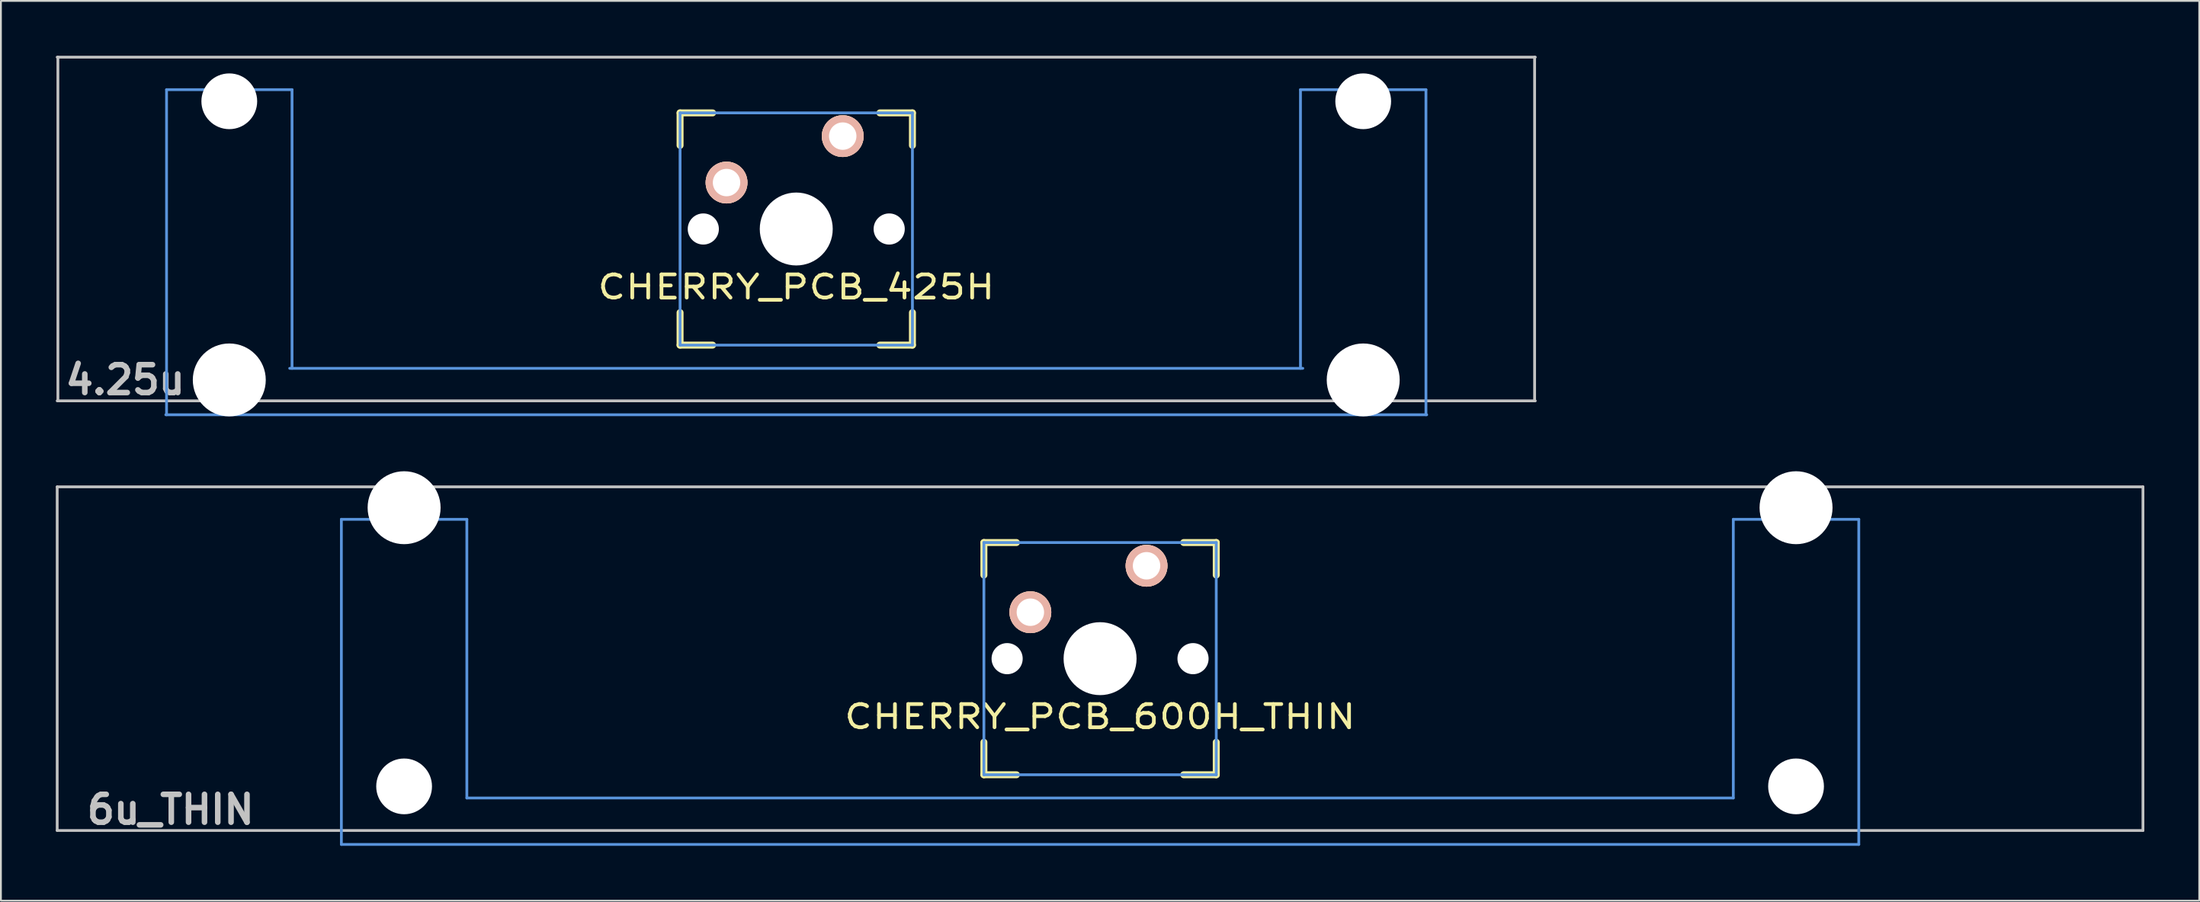
<source format=kicad_pcb>
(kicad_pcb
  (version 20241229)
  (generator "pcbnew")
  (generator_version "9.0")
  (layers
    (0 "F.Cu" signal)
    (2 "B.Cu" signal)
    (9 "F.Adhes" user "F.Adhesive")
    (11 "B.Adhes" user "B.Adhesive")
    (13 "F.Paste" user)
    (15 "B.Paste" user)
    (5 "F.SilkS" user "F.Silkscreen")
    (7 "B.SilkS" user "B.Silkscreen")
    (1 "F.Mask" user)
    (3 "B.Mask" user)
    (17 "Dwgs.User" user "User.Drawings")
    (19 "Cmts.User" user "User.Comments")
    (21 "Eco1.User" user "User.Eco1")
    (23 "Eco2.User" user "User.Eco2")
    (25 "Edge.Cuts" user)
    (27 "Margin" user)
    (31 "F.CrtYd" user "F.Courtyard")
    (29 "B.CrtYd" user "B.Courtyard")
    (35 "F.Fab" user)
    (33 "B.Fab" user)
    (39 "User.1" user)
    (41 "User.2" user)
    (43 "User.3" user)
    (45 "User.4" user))
  (footprint "CHERRY_PCB_600H_THIN"
    (layer "F.Cu")
    (at 57.076 32.972)
    (property "Reference" "CHERRY_PCB_600H_THIN" (at 0 3.175 0) (layer "F.SilkS") (effects (font (size 1.27 1.524) (thickness 0.203))))
    (attr through_hole)
    (fp_line (start -6.35 -6.35) (end -4.572 -6.35) (stroke (width 0.381) (type solid)) (layer "F.SilkS"))
    (fp_line (start -6.35 -4.572) (end -6.35 -6.35) (stroke (width 0.381) (type solid)) (layer "F.SilkS"))
    (fp_line (start -6.35 6.35) (end -6.35 4.572) (stroke (width 0.381) (type solid)) (layer "F.SilkS"))
    (fp_line (start -4.572 6.35) (end -6.35 6.35) (stroke (width 0.381) (type solid)) (layer "F.SilkS"))
    (fp_line (start 4.572 -6.35) (end 6.35 -6.35) (stroke (width 0.381) (type solid)) (layer "F.SilkS"))
    (fp_line (start 6.35 -6.35) (end 6.35 -4.572) (stroke (width 0.381) (type solid)) (layer "F.SilkS"))
    (fp_line (start 6.35 4.572) (end 6.35 6.35) (stroke (width 0.381) (type solid)) (layer "F.SilkS"))
    (fp_line (start 6.35 6.35) (end 4.572 6.35) (stroke (width 0.381) (type solid)) (layer "F.SilkS"))
    (fp_line (start -57 -9.398) (end 57 -9.398) (stroke (width 0.152) (type solid)) (layer "Dwgs.User"))
    (fp_line (start -57 9.398) (end -57 -9.398) (stroke (width 0.152) (type solid)) (layer "Dwgs.User"))
    (fp_line (start 57 -9.398) (end 57 9.398) (stroke (width 0.152) (type solid)) (layer "Dwgs.User"))
    (fp_line (start 57 9.398) (end -57 9.398) (stroke (width 0.152) (type solid)) (layer "Dwgs.User"))
    (fp_line (start -41.468 -7.62) (end -41.468 10.16) (stroke (width 0.152) (type solid)) (layer "Cmts.User"))
    (fp_line (start -41.468 10.16) (end 41.468 10.16) (stroke (width 0.152) (type solid)) (layer "Cmts.User"))
    (fp_line (start -34.61 -7.62) (end -41.468 -7.62) (stroke (width 0.152) (type solid)) (layer "Cmts.User"))
    (fp_line (start -34.61 7.62) (end -34.61 -7.62) (stroke (width 0.152) (type solid)) (layer "Cmts.User"))
    (fp_line (start -6.35 -6.35) (end 6.35 -6.35) (stroke (width 0.152) (type solid)) (layer "Cmts.User"))
    (fp_line (start -6.35 6.35) (end -6.35 -6.35) (stroke (width 0.152) (type solid)) (layer "Cmts.User"))
    (fp_line (start 6.35 -6.35) (end 6.35 6.35) (stroke (width 0.152) (type solid)) (layer "Cmts.User"))
    (fp_line (start 6.35 6.35) (end -6.35 6.35) (stroke (width 0.152) (type solid)) (layer "Cmts.User"))
    (fp_line (start 34.61 -7.62) (end 34.61 7.62) (stroke (width 0.152) (type solid)) (layer "Cmts.User"))
    (fp_line (start 34.61 7.62) (end -34.61 7.62) (stroke (width 0.152) (type solid)) (layer "Cmts.User"))
    (fp_line (start 41.468 -7.62) (end 34.61 -7.62) (stroke (width 0.152) (type solid)) (layer "Cmts.User"))
    (fp_line (start 41.468 10.16) (end 41.468 -7.62) (stroke (width 0.152) (type solid)) (layer "Cmts.User"))
    (fp_line (start -42.23 -2.286) (end -41.366 -2.286) (stroke (width 0.152) (type solid)) (layer "Eco2.User"))
    (fp_line (start -42.23 0.508) (end -42.23 -2.286) (stroke (width 0.152) (type solid)) (layer "Eco2.User"))
    (fp_line (start -41.366 -5.69) (end -34.712 -5.69) (stroke (width 0.152) (type solid)) (layer "Eco2.User"))
    (fp_line (start -41.366 -2.286) (end -41.366 -5.69) (stroke (width 0.152) (type solid)) (layer "Eco2.User"))
    (fp_line (start -41.366 0.508) (end -42.23 0.508) (stroke (width 0.152) (type solid)) (layer "Eco2.User"))
    (fp_line (start -41.366 6.604) (end -41.366 0.508) (stroke (width 0.152) (type solid)) (layer "Eco2.User"))
    (fp_line (start -40.325 6.604) (end -41.366 6.604) (stroke (width 0.152) (type solid)) (layer "Eco2.User"))
    (fp_line (start -40.325 7.772) (end -40.325 6.604) (stroke (width 0.152) (type solid)) (layer "Eco2.User"))
    (fp_line (start -35.753 6.604) (end -35.753 7.772) (stroke (width 0.152) (type solid)) (layer "Eco2.User"))
    (fp_line (start -35.753 7.772) (end -40.325 7.772) (stroke (width 0.152) (type solid)) (layer "Eco2.User"))
    (fp_line (start -34.712 -5.69) (end -34.712 -2.286) (stroke (width 0.152) (type solid)) (layer "Eco2.User"))
    (fp_line (start -34.712 -2.286) (end -6.985 -2.286) (stroke (width 0.152) (type solid)) (layer "Eco2.User"))
    (fp_line (start -34.712 2.286) (end -34.712 6.604) (stroke (width 0.152) (type solid)) (layer "Eco2.User"))
    (fp_line (start -34.712 6.604) (end -35.753 6.604) (stroke (width 0.152) (type solid)) (layer "Eco2.User"))
    (fp_line (start -6.985 -6.985) (end 6.985 -6.985) (stroke (width 0.152) (type solid)) (layer "Eco2.User"))
    (fp_line (start -6.985 -2.286) (end -6.985 -6.985) (stroke (width 0.152) (type solid)) (layer "Eco2.User"))
    (fp_line (start -6.985 2.286) (end -34.712 2.286) (stroke (width 0.152) (type solid)) (layer "Eco2.User"))
    (fp_line (start -6.985 6.985) (end -6.985 2.286) (stroke (width 0.152) (type solid)) (layer "Eco2.User"))
    (fp_line (start 6.985 -6.985) (end 6.985 -2.286) (stroke (width 0.152) (type solid)) (layer "Eco2.User"))
    (fp_line (start 6.985 -2.286) (end 34.712 -2.286) (stroke (width 0.152) (type solid)) (layer "Eco2.User"))
    (fp_line (start 6.985 2.286) (end 6.985 6.985) (stroke (width 0.152) (type solid)) (layer "Eco2.User"))
    (fp_line (start 6.985 6.985) (end -6.985 6.985) (stroke (width 0.152) (type solid)) (layer "Eco2.User"))
    (fp_line (start 34.712 -5.69) (end 41.366 -5.69) (stroke (width 0.152) (type solid)) (layer "Eco2.User"))
    (fp_line (start 34.712 -2.286) (end 34.712 -5.69) (stroke (width 0.152) (type solid)) (layer "Eco2.User"))
    (fp_line (start 34.712 2.286) (end 6.985 2.286) (stroke (width 0.152) (type solid)) (layer "Eco2.User"))
    (fp_line (start 34.712 6.604) (end 34.712 2.286) (stroke (width 0.152) (type solid)) (layer "Eco2.User"))
    (fp_line (start 35.753 6.604) (end 34.712 6.604) (stroke (width 0.152) (type solid)) (layer "Eco2.User"))
    (fp_line (start 35.753 7.772) (end 35.753 6.604) (stroke (width 0.152) (type solid)) (layer "Eco2.User"))
    (fp_line (start 40.325 6.604) (end 40.325 7.772) (stroke (width 0.152) (type solid)) (layer "Eco2.User"))
    (fp_line (start 40.325 7.772) (end 35.753 7.772) (stroke (width 0.152) (type solid)) (layer "Eco2.User"))
    (fp_line (start 41.366 -5.69) (end 41.366 -2.286) (stroke (width 0.152) (type solid)) (layer "Eco2.User"))
    (fp_line (start 41.366 -2.286) (end 42.23 -2.286) (stroke (width 0.152) (type solid)) (layer "Eco2.User"))
    (fp_line (start 41.366 0.508) (end 41.366 6.604) (stroke (width 0.152) (type solid)) (layer "Eco2.User"))
    (fp_line (start 41.366 6.604) (end 40.325 6.604) (stroke (width 0.152) (type solid)) (layer "Eco2.User"))
    (fp_line (start 42.23 -2.286) (end 42.23 0.508) (stroke (width 0.152) (type solid)) (layer "Eco2.User"))
    (fp_line (start 42.23 0.508) (end 41.366 0.508) (stroke (width 0.152) (type solid)) (layer "Eco2.User"))
    (fp_text user "6u_THIN" (at -50.8 8.255 0) (layer "Dwgs.User") (effects (font (size 1.524 1.524) (thickness 0.305))))
    (pad "" np_thru_hole circle (at -38.039 -8.255) (size 3.988 3.988) (drill 3.988) (layers "*.Cu"))
    (pad "" np_thru_hole circle (at -38.039 6.985) (size 3.048 3.048) (drill 3.048) (layers "*.Cu"))
    (pad "" np_thru_hole circle (at -5.08 0) (size 1.702 1.702) (drill 1.702) (layers "*.Cu"))
    (pad "" np_thru_hole circle (at 0 0) (size 3.988 3.988) (drill 3.988) (layers "*.Cu"))
    (pad "" np_thru_hole circle (at 5.08 0) (size 1.702 1.702) (drill 1.702) (layers "*.Cu"))
    (pad "" np_thru_hole circle (at 38.039 -8.255) (size 3.988 3.988) (drill 3.988) (layers "*.Cu"))
    (pad "" np_thru_hole circle (at 38.039 6.985) (size 3.048 3.048) (drill 3.048) (layers "*.Cu"))
    (pad "1" thru_hole circle (at 2.54 -5.08) (size 2.286 2.286) (drill 1.499) (layers "*.Cu" "*.SilkS" "*.Mask"))
    (pad "2" thru_hole circle (at -3.81 -2.54) (size 2.286 2.286) (drill 1.499) (layers "*.Cu" "*.SilkS" "*.Mask")))
  (footprint "CHERRY_PCB_425H"
    (layer "F.Cu")
    (at 40.47 9.474)
    (property "Reference" "CHERRY_PCB_425H" (at 0 3.175 0) (layer "F.SilkS") (effects (font (size 1.27 1.524) (thickness 0.203))))
    (attr through_hole)
    (fp_line (start -6.35 -6.35) (end -4.572 -6.35) (stroke (width 0.381) (type solid)) (layer "F.SilkS"))
    (fp_line (start -6.35 -4.572) (end -6.35 -6.35) (stroke (width 0.381) (type solid)) (layer "F.SilkS"))
    (fp_line (start -6.35 6.35) (end -6.35 4.572) (stroke (width 0.381) (type solid)) (layer "F.SilkS"))
    (fp_line (start -4.572 6.35) (end -6.35 6.35) (stroke (width 0.381) (type solid)) (layer "F.SilkS"))
    (fp_line (start 4.572 -6.35) (end 6.35 -6.35) (stroke (width 0.381) (type solid)) (layer "F.SilkS"))
    (fp_line (start 6.35 -6.35) (end 6.35 -4.572) (stroke (width 0.381) (type solid)) (layer "F.SilkS"))
    (fp_line (start 6.35 4.572) (end 6.35 6.35) (stroke (width 0.381) (type solid)) (layer "F.SilkS"))
    (fp_line (start 6.35 6.35) (end 4.572 6.35) (stroke (width 0.381) (type solid)) (layer "F.SilkS"))
    (fp_line (start -40.394 -9.398) (end 40.394 -9.398) (stroke (width 0.152) (type solid)) (layer "Dwgs.User"))
    (fp_line (start -40.356 9.398) (end -40.356 -9.398) (stroke (width 0.152) (type solid)) (layer "Dwgs.User"))
    (fp_line (start 40.356 -9.398) (end 40.356 9.398) (stroke (width 0.152) (type solid)) (layer "Dwgs.User"))
    (fp_line (start 40.394 9.398) (end -40.394 9.398) (stroke (width 0.152) (type solid)) (layer "Dwgs.User"))
    (fp_line (start -34.458 10.16) (end 34.458 10.16) (stroke (width 0.152) (type solid)) (layer "Cmts.User"))
    (fp_line (start -34.417 -7.62) (end -34.417 10.16) (stroke (width 0.152) (type solid)) (layer "Cmts.User"))
    (fp_line (start -27.559 -7.62) (end -34.417 -7.62) (stroke (width 0.152) (type solid)) (layer "Cmts.User"))
    (fp_line (start -27.559 7.62) (end -27.559 -7.62) (stroke (width 0.152) (type solid)) (layer "Cmts.User"))
    (fp_line (start -6.35 -6.35) (end 6.35 -6.35) (stroke (width 0.152) (type solid)) (layer "Cmts.User"))
    (fp_line (start -6.35 6.35) (end -6.35 -6.35) (stroke (width 0.152) (type solid)) (layer "Cmts.User"))
    (fp_line (start 6.35 -6.35) (end 6.35 6.35) (stroke (width 0.152) (type solid)) (layer "Cmts.User"))
    (fp_line (start 6.35 6.35) (end -6.35 6.35) (stroke (width 0.152) (type solid)) (layer "Cmts.User"))
    (fp_line (start 27.559 -7.62) (end 27.559 7.62) (stroke (width 0.152) (type solid)) (layer "Cmts.User"))
    (fp_line (start 27.686 7.62) (end -27.686 7.62) (stroke (width 0.152) (type solid)) (layer "Cmts.User"))
    (fp_line (start 34.417 -7.62) (end 27.559 -7.62) (stroke (width 0.152) (type solid)) (layer "Cmts.User"))
    (fp_line (start 34.417 10.16) (end 34.417 -7.62) (stroke (width 0.152) (type solid)) (layer "Cmts.User"))
    (fp_line (start -35.179 -2.286) (end -34.315 -2.286) (stroke (width 0.152) (type solid)) (layer "Eco2.User"))
    (fp_line (start -35.179 0.508) (end -35.179 -2.286) (stroke (width 0.152) (type solid)) (layer "Eco2.User"))
    (fp_line (start -34.315 -5.69) (end -27.661 -5.69) (stroke (width 0.152) (type solid)) (layer "Eco2.User"))
    (fp_line (start -34.315 -2.286) (end -34.315 -5.69) (stroke (width 0.152) (type solid)) (layer "Eco2.User"))
    (fp_line (start -34.315 0.508) (end -35.179 0.508) (stroke (width 0.152) (type solid)) (layer "Eco2.User"))
    (fp_line (start -34.315 6.604) (end -34.315 0.508) (stroke (width 0.152) (type solid)) (layer "Eco2.User"))
    (fp_line (start -33.274 6.604) (end -34.315 6.604) (stroke (width 0.152) (type solid)) (layer "Eco2.User"))
    (fp_line (start -33.274 7.772) (end -33.274 6.604) (stroke (width 0.152) (type solid)) (layer "Eco2.User"))
    (fp_line (start -28.702 6.604) (end -28.702 7.772) (stroke (width 0.152) (type solid)) (layer "Eco2.User"))
    (fp_line (start -28.702 7.772) (end -33.274 7.772) (stroke (width 0.152) (type solid)) (layer "Eco2.User"))
    (fp_line (start -27.699 -2.286) (end -6.985 -2.286) (stroke (width 0.152) (type solid)) (layer "Eco2.User"))
    (fp_line (start -27.661 -5.69) (end -27.661 -2.286) (stroke (width 0.152) (type solid)) (layer "Eco2.User"))
    (fp_line (start -27.661 2.286) (end -27.661 6.604) (stroke (width 0.152) (type solid)) (layer "Eco2.User"))
    (fp_line (start -27.661 6.604) (end -28.702 6.604) (stroke (width 0.152) (type solid)) (layer "Eco2.User"))
    (fp_line (start -6.985 -6.985) (end 6.985 -6.985) (stroke (width 0.152) (type solid)) (layer "Eco2.User"))
    (fp_line (start -6.985 -2.286) (end -6.985 -6.985) (stroke (width 0.152) (type solid)) (layer "Eco2.User"))
    (fp_line (start -6.985 2.286) (end -27.699 2.286) (stroke (width 0.152) (type solid)) (layer "Eco2.User"))
    (fp_line (start -6.985 6.985) (end -6.985 2.286) (stroke (width 0.152) (type solid)) (layer "Eco2.User"))
    (fp_line (start 6.985 -6.985) (end 6.985 -2.286) (stroke (width 0.152) (type solid)) (layer "Eco2.User"))
    (fp_line (start 6.985 -2.286) (end 27.699 -2.286) (stroke (width 0.152) (type solid)) (layer "Eco2.User"))
    (fp_line (start 6.985 2.286) (end 6.985 6.985) (stroke (width 0.152) (type solid)) (layer "Eco2.User"))
    (fp_line (start 6.985 6.985) (end -6.985 6.985) (stroke (width 0.152) (type solid)) (layer "Eco2.User"))
    (fp_line (start 27.661 -5.69) (end 34.315 -5.69) (stroke (width 0.152) (type solid)) (layer "Eco2.User"))
    (fp_line (start 27.661 -2.286) (end 27.661 -5.69) (stroke (width 0.152) (type solid)) (layer "Eco2.User"))
    (fp_line (start 27.661 6.604) (end 27.661 2.286) (stroke (width 0.152) (type solid)) (layer "Eco2.User"))
    (fp_line (start 27.699 2.286) (end 6.985 2.286) (stroke (width 0.152) (type solid)) (layer "Eco2.User"))
    (fp_line (start 28.702 6.604) (end 27.661 6.604) (stroke (width 0.152) (type solid)) (layer "Eco2.User"))
    (fp_line (start 28.702 7.772) (end 28.702 6.604) (stroke (width 0.152) (type solid)) (layer "Eco2.User"))
    (fp_line (start 33.274 6.604) (end 33.274 7.772) (stroke (width 0.152) (type solid)) (layer "Eco2.User"))
    (fp_line (start 33.274 7.772) (end 28.702 7.772) (stroke (width 0.152) (type solid)) (layer "Eco2.User"))
    (fp_line (start 34.315 -5.69) (end 34.315 -2.286) (stroke (width 0.152) (type solid)) (layer "Eco2.User"))
    (fp_line (start 34.315 -2.286) (end 35.179 -2.286) (stroke (width 0.152) (type solid)) (layer "Eco2.User"))
    (fp_line (start 34.315 0.508) (end 34.315 6.604) (stroke (width 0.152) (type solid)) (layer "Eco2.User"))
    (fp_line (start 34.315 6.604) (end 33.274 6.604) (stroke (width 0.152) (type solid)) (layer "Eco2.User"))
    (fp_line (start 35.179 -2.286) (end 35.179 0.508) (stroke (width 0.152) (type solid)) (layer "Eco2.User"))
    (fp_line (start 35.179 0.508) (end 34.315 0.508) (stroke (width 0.152) (type solid)) (layer "Eco2.User"))
    (fp_text user "4.25u" (at -36.673 8.255 0) (layer "Dwgs.User") (effects (font (size 1.524 1.524) (thickness 0.305))))
    (pad "" np_thru_hole circle (at -30.988 -6.985) (size 3.048 3.048) (drill 3.048) (layers "*.Cu"))
    (pad "" np_thru_hole circle (at -30.988 8.255) (size 3.988 3.988) (drill 3.988) (layers "*.Cu"))
    (pad "" np_thru_hole circle (at -5.08 0) (size 1.702 1.702) (drill 1.702) (layers "*.Cu"))
    (pad "" np_thru_hole circle (at 0 0) (size 3.988 3.988) (drill 3.988) (layers "*.Cu"))
    (pad "" np_thru_hole circle (at 5.08 0) (size 1.702 1.702) (drill 1.702) (layers "*.Cu"))
    (pad "" np_thru_hole circle (at 30.988 -6.985) (size 3.048 3.048) (drill 3.048) (layers "*.Cu"))
    (pad "" np_thru_hole circle (at 30.988 8.255) (size 3.988 3.988) (drill 3.988) (layers "*.Cu"))
    (pad "1" thru_hole circle (at 2.54 -5.08) (size 2.286 2.286) (drill 1.499) (layers "*.Cu" "*.SilkS" "*.Mask"))
    (pad "2" thru_hole circle (at -3.81 -2.54) (size 2.286 2.286) (drill 1.499) (layers "*.Cu" "*.SilkS" "*.Mask")))
  (gr_rect
    (start -3 -3)
    (end 117.153 46.208)
    (stroke (width 0.1) (type default))
    (fill no)
    (layer "Edge.Cuts")))
</source>
